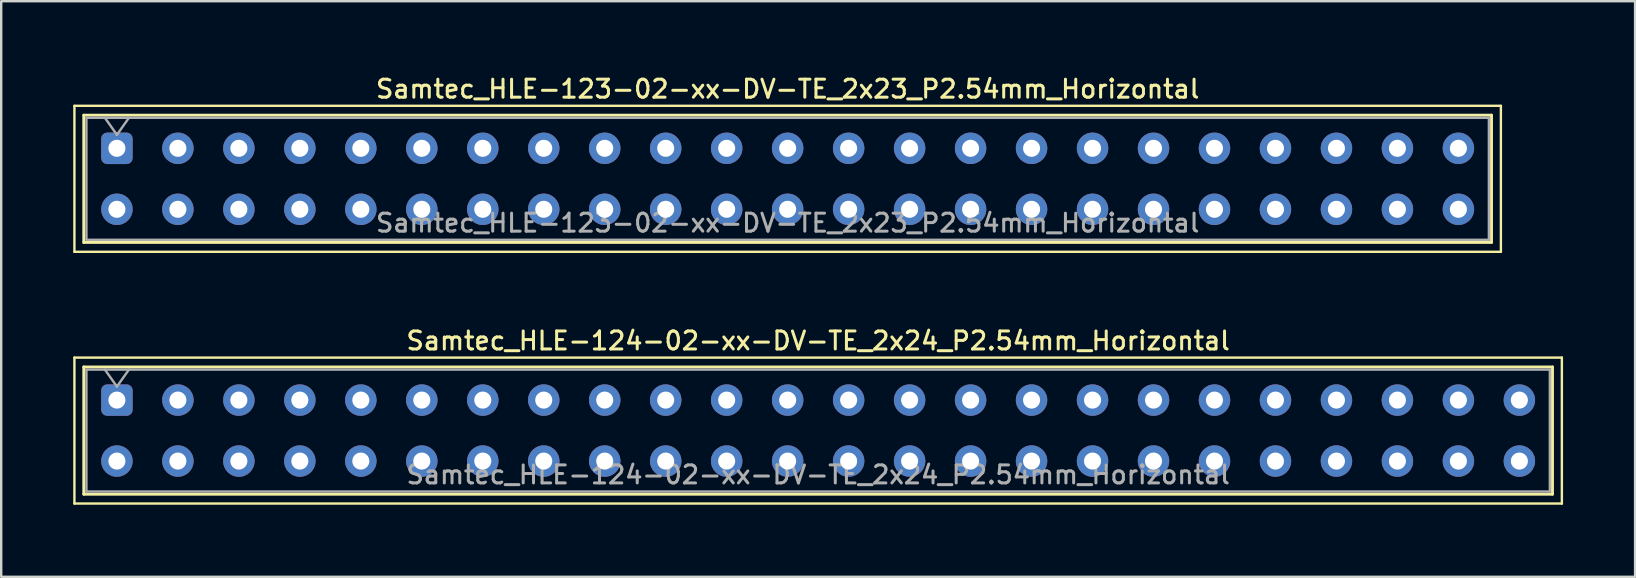
<source format=kicad_pcb>
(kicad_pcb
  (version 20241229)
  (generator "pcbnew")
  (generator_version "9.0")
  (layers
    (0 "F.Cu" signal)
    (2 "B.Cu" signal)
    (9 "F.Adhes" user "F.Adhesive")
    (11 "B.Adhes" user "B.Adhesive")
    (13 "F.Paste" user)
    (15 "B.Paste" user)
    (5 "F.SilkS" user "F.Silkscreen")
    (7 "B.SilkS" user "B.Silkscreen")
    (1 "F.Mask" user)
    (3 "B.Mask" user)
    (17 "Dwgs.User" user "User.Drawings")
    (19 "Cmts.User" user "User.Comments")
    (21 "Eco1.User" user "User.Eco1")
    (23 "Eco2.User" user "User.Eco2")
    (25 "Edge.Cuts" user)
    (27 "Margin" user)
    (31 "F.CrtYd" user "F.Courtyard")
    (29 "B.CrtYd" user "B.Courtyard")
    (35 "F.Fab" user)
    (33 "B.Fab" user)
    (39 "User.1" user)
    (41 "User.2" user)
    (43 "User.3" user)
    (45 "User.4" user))
  (footprint "Samtec_HLE-123-02-xx-DV-TE_2x23_P2.54mm_Horizontal"
    (layer "F.Cu")
    (at 1.82 3.128)
    (property "Reference" "Samtec_HLE-123-02-xx-DV-TE_2x23_P2.54mm_Horizontal" (at 27.94 -2.47 0) (layer "F.SilkS") (effects (font (size 0.75 0.75) (thickness 0.125))))
    (attr through_hole)
    (fp_line (start -1.77 -1.77) (end 57.65 -1.77) (stroke (width 0.1) (type solid)) (layer "F.SilkS"))
    (fp_line (start -1.77 4.31) (end -1.77 -1.77) (stroke (width 0.1) (type solid)) (layer "F.SilkS"))
    (fp_line (start -1.38 -1.38) (end 57.26 -1.38) (stroke (width 0.12) (type solid)) (layer "F.SilkS"))
    (fp_line (start -1.38 3.92) (end -1.38 -1.38) (stroke (width 0.12) (type solid)) (layer "F.SilkS"))
    (fp_line (start 57.26 -1.38) (end 57.26 3.92) (stroke (width 0.12) (type solid)) (layer "F.SilkS"))
    (fp_line (start 57.26 3.92) (end -1.38 3.92) (stroke (width 0.12) (type solid)) (layer "F.SilkS"))
    (fp_line (start 57.65 -1.77) (end 57.65 4.31) (stroke (width 0.1) (type solid)) (layer "F.SilkS"))
    (fp_line (start 57.65 4.31) (end -1.77 4.31) (stroke (width 0.1) (type solid)) (layer "F.SilkS"))
    (fp_line (start -1.27 -1.27) (end 57.15 -1.27) (stroke (width 0.1) (type solid)) (layer "F.Fab"))
    (fp_line (start -1.27 3.81) (end -1.27 -1.27) (stroke (width 0.1) (type solid)) (layer "F.Fab"))
    (fp_line (start -0.5 -1.27) (end 0 -0.563) (stroke (width 0.1) (type solid)) (layer "F.Fab"))
    (fp_line (start 0 -0.563) (end 0.5 -1.27) (stroke (width 0.1) (type solid)) (layer "F.Fab"))
    (fp_line (start 57.15 -1.27) (end 57.15 3.81) (stroke (width 0.1) (type solid)) (layer "F.Fab"))
    (fp_line (start 57.15 3.81) (end -1.27 3.81) (stroke (width 0.1) (type solid)) (layer "F.Fab"))
    (fp_text user "${REFERENCE}" (at 27.94 3.11 0) (layer "F.Fab") (effects (font (size 0.75 0.75) (thickness 0.125))))
    (pad "1" thru_hole roundrect (at 0 0) (size 1.31 1.31) (drill 0.71) (layers "*.Cu" "*.Mask") (roundrect_rratio 0.191))
    (pad "2" thru_hole circle (at 0 2.54) (size 1.31 1.31) (drill 0.71) (layers "*.Cu" "*.Mask"))
    (pad "3" thru_hole circle (at 2.54 0) (size 1.31 1.31) (drill 0.71) (layers "*.Cu" "*.Mask"))
    (pad "4" thru_hole circle (at 2.54 2.54) (size 1.31 1.31) (drill 0.71) (layers "*.Cu" "*.Mask"))
    (pad "5" thru_hole circle (at 5.08 0) (size 1.31 1.31) (drill 0.71) (layers "*.Cu" "*.Mask"))
    (pad "6" thru_hole circle (at 5.08 2.54) (size 1.31 1.31) (drill 0.71) (layers "*.Cu" "*.Mask"))
    (pad "7" thru_hole circle (at 7.62 0) (size 1.31 1.31) (drill 0.71) (layers "*.Cu" "*.Mask"))
    (pad "8" thru_hole circle (at 7.62 2.54) (size 1.31 1.31) (drill 0.71) (layers "*.Cu" "*.Mask"))
    (pad "9" thru_hole circle (at 10.16 0) (size 1.31 1.31) (drill 0.71) (layers "*.Cu" "*.Mask"))
    (pad "10" thru_hole circle (at 10.16 2.54) (size 1.31 1.31) (drill 0.71) (layers "*.Cu" "*.Mask"))
    (pad "11" thru_hole circle (at 12.7 0) (size 1.31 1.31) (drill 0.71) (layers "*.Cu" "*.Mask"))
    (pad "12" thru_hole circle (at 12.7 2.54) (size 1.31 1.31) (drill 0.71) (layers "*.Cu" "*.Mask"))
    (pad "13" thru_hole circle (at 15.24 0) (size 1.31 1.31) (drill 0.71) (layers "*.Cu" "*.Mask"))
    (pad "14" thru_hole circle (at 15.24 2.54) (size 1.31 1.31) (drill 0.71) (layers "*.Cu" "*.Mask"))
    (pad "15" thru_hole circle (at 17.78 0) (size 1.31 1.31) (drill 0.71) (layers "*.Cu" "*.Mask"))
    (pad "16" thru_hole circle (at 17.78 2.54) (size 1.31 1.31) (drill 0.71) (layers "*.Cu" "*.Mask"))
    (pad "17" thru_hole circle (at 20.32 0) (size 1.31 1.31) (drill 0.71) (layers "*.Cu" "*.Mask"))
    (pad "18" thru_hole circle (at 20.32 2.54) (size 1.31 1.31) (drill 0.71) (layers "*.Cu" "*.Mask"))
    (pad "19" thru_hole circle (at 22.86 0) (size 1.31 1.31) (drill 0.71) (layers "*.Cu" "*.Mask"))
    (pad "20" thru_hole circle (at 22.86 2.54) (size 1.31 1.31) (drill 0.71) (layers "*.Cu" "*.Mask"))
    (pad "21" thru_hole circle (at 25.4 0) (size 1.31 1.31) (drill 0.71) (layers "*.Cu" "*.Mask"))
    (pad "22" thru_hole circle (at 25.4 2.54) (size 1.31 1.31) (drill 0.71) (layers "*.Cu" "*.Mask"))
    (pad "23" thru_hole circle (at 27.94 0) (size 1.31 1.31) (drill 0.71) (layers "*.Cu" "*.Mask"))
    (pad "24" thru_hole circle (at 27.94 2.54) (size 1.31 1.31) (drill 0.71) (layers "*.Cu" "*.Mask"))
    (pad "25" thru_hole circle (at 30.48 0) (size 1.31 1.31) (drill 0.71) (layers "*.Cu" "*.Mask"))
    (pad "26" thru_hole circle (at 30.48 2.54) (size 1.31 1.31) (drill 0.71) (layers "*.Cu" "*.Mask"))
    (pad "27" thru_hole circle (at 33.02 0) (size 1.31 1.31) (drill 0.71) (layers "*.Cu" "*.Mask"))
    (pad "28" thru_hole circle (at 33.02 2.54) (size 1.31 1.31) (drill 0.71) (layers "*.Cu" "*.Mask"))
    (pad "29" thru_hole circle (at 35.56 0) (size 1.31 1.31) (drill 0.71) (layers "*.Cu" "*.Mask"))
    (pad "30" thru_hole circle (at 35.56 2.54) (size 1.31 1.31) (drill 0.71) (layers "*.Cu" "*.Mask"))
    (pad "31" thru_hole circle (at 38.1 0) (size 1.31 1.31) (drill 0.71) (layers "*.Cu" "*.Mask"))
    (pad "32" thru_hole circle (at 38.1 2.54) (size 1.31 1.31) (drill 0.71) (layers "*.Cu" "*.Mask"))
    (pad "33" thru_hole circle (at 40.64 0) (size 1.31 1.31) (drill 0.71) (layers "*.Cu" "*.Mask"))
    (pad "34" thru_hole circle (at 40.64 2.54) (size 1.31 1.31) (drill 0.71) (layers "*.Cu" "*.Mask"))
    (pad "35" thru_hole circle (at 43.18 0) (size 1.31 1.31) (drill 0.71) (layers "*.Cu" "*.Mask"))
    (pad "36" thru_hole circle (at 43.18 2.54) (size 1.31 1.31) (drill 0.71) (layers "*.Cu" "*.Mask"))
    (pad "37" thru_hole circle (at 45.72 0) (size 1.31 1.31) (drill 0.71) (layers "*.Cu" "*.Mask"))
    (pad "38" thru_hole circle (at 45.72 2.54) (size 1.31 1.31) (drill 0.71) (layers "*.Cu" "*.Mask"))
    (pad "39" thru_hole circle (at 48.26 0) (size 1.31 1.31) (drill 0.71) (layers "*.Cu" "*.Mask"))
    (pad "40" thru_hole circle (at 48.26 2.54) (size 1.31 1.31) (drill 0.71) (layers "*.Cu" "*.Mask"))
    (pad "41" thru_hole circle (at 50.8 0) (size 1.31 1.31) (drill 0.71) (layers "*.Cu" "*.Mask"))
    (pad "42" thru_hole circle (at 50.8 2.54) (size 1.31 1.31) (drill 0.71) (layers "*.Cu" "*.Mask"))
    (pad "43" thru_hole circle (at 53.34 0) (size 1.31 1.31) (drill 0.71) (layers "*.Cu" "*.Mask"))
    (pad "44" thru_hole circle (at 53.34 2.54) (size 1.31 1.31) (drill 0.71) (layers "*.Cu" "*.Mask"))
    (pad "45" thru_hole circle (at 55.88 0) (size 1.31 1.31) (drill 0.71) (layers "*.Cu" "*.Mask"))
    (pad "46" thru_hole circle (at 55.88 2.54) (size 1.31 1.31) (drill 0.71) (layers "*.Cu" "*.Mask")))
  (footprint "Samtec_HLE-124-02-xx-DV-TE_2x24_P2.54mm_Horizontal"
    (layer "F.Cu")
    (at 1.82 13.616)
    (property "Reference" "Samtec_HLE-124-02-xx-DV-TE_2x24_P2.54mm_Horizontal" (at 29.21 -2.47 0) (layer "F.SilkS") (effects (font (size 0.75 0.75) (thickness 0.125))))
    (attr through_hole)
    (fp_line (start -1.77 -1.77) (end 60.19 -1.77) (stroke (width 0.1) (type solid)) (layer "F.SilkS"))
    (fp_line (start -1.77 4.31) (end -1.77 -1.77) (stroke (width 0.1) (type solid)) (layer "F.SilkS"))
    (fp_line (start -1.38 -1.38) (end 59.8 -1.38) (stroke (width 0.12) (type solid)) (layer "F.SilkS"))
    (fp_line (start -1.38 3.92) (end -1.38 -1.38) (stroke (width 0.12) (type solid)) (layer "F.SilkS"))
    (fp_line (start 59.8 -1.38) (end 59.8 3.92) (stroke (width 0.12) (type solid)) (layer "F.SilkS"))
    (fp_line (start 59.8 3.92) (end -1.38 3.92) (stroke (width 0.12) (type solid)) (layer "F.SilkS"))
    (fp_line (start 60.19 -1.77) (end 60.19 4.31) (stroke (width 0.1) (type solid)) (layer "F.SilkS"))
    (fp_line (start 60.19 4.31) (end -1.77 4.31) (stroke (width 0.1) (type solid)) (layer "F.SilkS"))
    (fp_line (start -1.27 -1.27) (end 59.69 -1.27) (stroke (width 0.1) (type solid)) (layer "F.Fab"))
    (fp_line (start -1.27 3.81) (end -1.27 -1.27) (stroke (width 0.1) (type solid)) (layer "F.Fab"))
    (fp_line (start -0.5 -1.27) (end 0 -0.563) (stroke (width 0.1) (type solid)) (layer "F.Fab"))
    (fp_line (start 0 -0.563) (end 0.5 -1.27) (stroke (width 0.1) (type solid)) (layer "F.Fab"))
    (fp_line (start 59.69 -1.27) (end 59.69 3.81) (stroke (width 0.1) (type solid)) (layer "F.Fab"))
    (fp_line (start 59.69 3.81) (end -1.27 3.81) (stroke (width 0.1) (type solid)) (layer "F.Fab"))
    (fp_text user "${REFERENCE}" (at 29.21 3.11 0) (layer "F.Fab") (effects (font (size 0.75 0.75) (thickness 0.125))))
    (pad "1" thru_hole roundrect (at 0 0) (size 1.31 1.31) (drill 0.71) (layers "*.Cu" "*.Mask") (roundrect_rratio 0.191))
    (pad "2" thru_hole circle (at 0 2.54) (size 1.31 1.31) (drill 0.71) (layers "*.Cu" "*.Mask"))
    (pad "3" thru_hole circle (at 2.54 0) (size 1.31 1.31) (drill 0.71) (layers "*.Cu" "*.Mask"))
    (pad "4" thru_hole circle (at 2.54 2.54) (size 1.31 1.31) (drill 0.71) (layers "*.Cu" "*.Mask"))
    (pad "5" thru_hole circle (at 5.08 0) (size 1.31 1.31) (drill 0.71) (layers "*.Cu" "*.Mask"))
    (pad "6" thru_hole circle (at 5.08 2.54) (size 1.31 1.31) (drill 0.71) (layers "*.Cu" "*.Mask"))
    (pad "7" thru_hole circle (at 7.62 0) (size 1.31 1.31) (drill 0.71) (layers "*.Cu" "*.Mask"))
    (pad "8" thru_hole circle (at 7.62 2.54) (size 1.31 1.31) (drill 0.71) (layers "*.Cu" "*.Mask"))
    (pad "9" thru_hole circle (at 10.16 0) (size 1.31 1.31) (drill 0.71) (layers "*.Cu" "*.Mask"))
    (pad "10" thru_hole circle (at 10.16 2.54) (size 1.31 1.31) (drill 0.71) (layers "*.Cu" "*.Mask"))
    (pad "11" thru_hole circle (at 12.7 0) (size 1.31 1.31) (drill 0.71) (layers "*.Cu" "*.Mask"))
    (pad "12" thru_hole circle (at 12.7 2.54) (size 1.31 1.31) (drill 0.71) (layers "*.Cu" "*.Mask"))
    (pad "13" thru_hole circle (at 15.24 0) (size 1.31 1.31) (drill 0.71) (layers "*.Cu" "*.Mask"))
    (pad "14" thru_hole circle (at 15.24 2.54) (size 1.31 1.31) (drill 0.71) (layers "*.Cu" "*.Mask"))
    (pad "15" thru_hole circle (at 17.78 0) (size 1.31 1.31) (drill 0.71) (layers "*.Cu" "*.Mask"))
    (pad "16" thru_hole circle (at 17.78 2.54) (size 1.31 1.31) (drill 0.71) (layers "*.Cu" "*.Mask"))
    (pad "17" thru_hole circle (at 20.32 0) (size 1.31 1.31) (drill 0.71) (layers "*.Cu" "*.Mask"))
    (pad "18" thru_hole circle (at 20.32 2.54) (size 1.31 1.31) (drill 0.71) (layers "*.Cu" "*.Mask"))
    (pad "19" thru_hole circle (at 22.86 0) (size 1.31 1.31) (drill 0.71) (layers "*.Cu" "*.Mask"))
    (pad "20" thru_hole circle (at 22.86 2.54) (size 1.31 1.31) (drill 0.71) (layers "*.Cu" "*.Mask"))
    (pad "21" thru_hole circle (at 25.4 0) (size 1.31 1.31) (drill 0.71) (layers "*.Cu" "*.Mask"))
    (pad "22" thru_hole circle (at 25.4 2.54) (size 1.31 1.31) (drill 0.71) (layers "*.Cu" "*.Mask"))
    (pad "23" thru_hole circle (at 27.94 0) (size 1.31 1.31) (drill 0.71) (layers "*.Cu" "*.Mask"))
    (pad "24" thru_hole circle (at 27.94 2.54) (size 1.31 1.31) (drill 0.71) (layers "*.Cu" "*.Mask"))
    (pad "25" thru_hole circle (at 30.48 0) (size 1.31 1.31) (drill 0.71) (layers "*.Cu" "*.Mask"))
    (pad "26" thru_hole circle (at 30.48 2.54) (size 1.31 1.31) (drill 0.71) (layers "*.Cu" "*.Mask"))
    (pad "27" thru_hole circle (at 33.02 0) (size 1.31 1.31) (drill 0.71) (layers "*.Cu" "*.Mask"))
    (pad "28" thru_hole circle (at 33.02 2.54) (size 1.31 1.31) (drill 0.71) (layers "*.Cu" "*.Mask"))
    (pad "29" thru_hole circle (at 35.56 0) (size 1.31 1.31) (drill 0.71) (layers "*.Cu" "*.Mask"))
    (pad "30" thru_hole circle (at 35.56 2.54) (size 1.31 1.31) (drill 0.71) (layers "*.Cu" "*.Mask"))
    (pad "31" thru_hole circle (at 38.1 0) (size 1.31 1.31) (drill 0.71) (layers "*.Cu" "*.Mask"))
    (pad "32" thru_hole circle (at 38.1 2.54) (size 1.31 1.31) (drill 0.71) (layers "*.Cu" "*.Mask"))
    (pad "33" thru_hole circle (at 40.64 0) (size 1.31 1.31) (drill 0.71) (layers "*.Cu" "*.Mask"))
    (pad "34" thru_hole circle (at 40.64 2.54) (size 1.31 1.31) (drill 0.71) (layers "*.Cu" "*.Mask"))
    (pad "35" thru_hole circle (at 43.18 0) (size 1.31 1.31) (drill 0.71) (layers "*.Cu" "*.Mask"))
    (pad "36" thru_hole circle (at 43.18 2.54) (size 1.31 1.31) (drill 0.71) (layers "*.Cu" "*.Mask"))
    (pad "37" thru_hole circle (at 45.72 0) (size 1.31 1.31) (drill 0.71) (layers "*.Cu" "*.Mask"))
    (pad "38" thru_hole circle (at 45.72 2.54) (size 1.31 1.31) (drill 0.71) (layers "*.Cu" "*.Mask"))
    (pad "39" thru_hole circle (at 48.26 0) (size 1.31 1.31) (drill 0.71) (layers "*.Cu" "*.Mask"))
    (pad "40" thru_hole circle (at 48.26 2.54) (size 1.31 1.31) (drill 0.71) (layers "*.Cu" "*.Mask"))
    (pad "41" thru_hole circle (at 50.8 0) (size 1.31 1.31) (drill 0.71) (layers "*.Cu" "*.Mask"))
    (pad "42" thru_hole circle (at 50.8 2.54) (size 1.31 1.31) (drill 0.71) (layers "*.Cu" "*.Mask"))
    (pad "43" thru_hole circle (at 53.34 0) (size 1.31 1.31) (drill 0.71) (layers "*.Cu" "*.Mask"))
    (pad "44" thru_hole circle (at 53.34 2.54) (size 1.31 1.31) (drill 0.71) (layers "*.Cu" "*.Mask"))
    (pad "45" thru_hole circle (at 55.88 0) (size 1.31 1.31) (drill 0.71) (layers "*.Cu" "*.Mask"))
    (pad "46" thru_hole circle (at 55.88 2.54) (size 1.31 1.31) (drill 0.71) (layers "*.Cu" "*.Mask"))
    (pad "47" thru_hole circle (at 58.42 0) (size 1.31 1.31) (drill 0.71) (layers "*.Cu" "*.Mask"))
    (pad "48" thru_hole circle (at 58.42 2.54) (size 1.31 1.31) (drill 0.71) (layers "*.Cu" "*.Mask")))
  (gr_rect
    (start -3 -3)
    (end 65.06 20.976)
    (stroke (width 0.1) (type default))
    (fill no)
    (layer "Edge.Cuts")))
</source>
